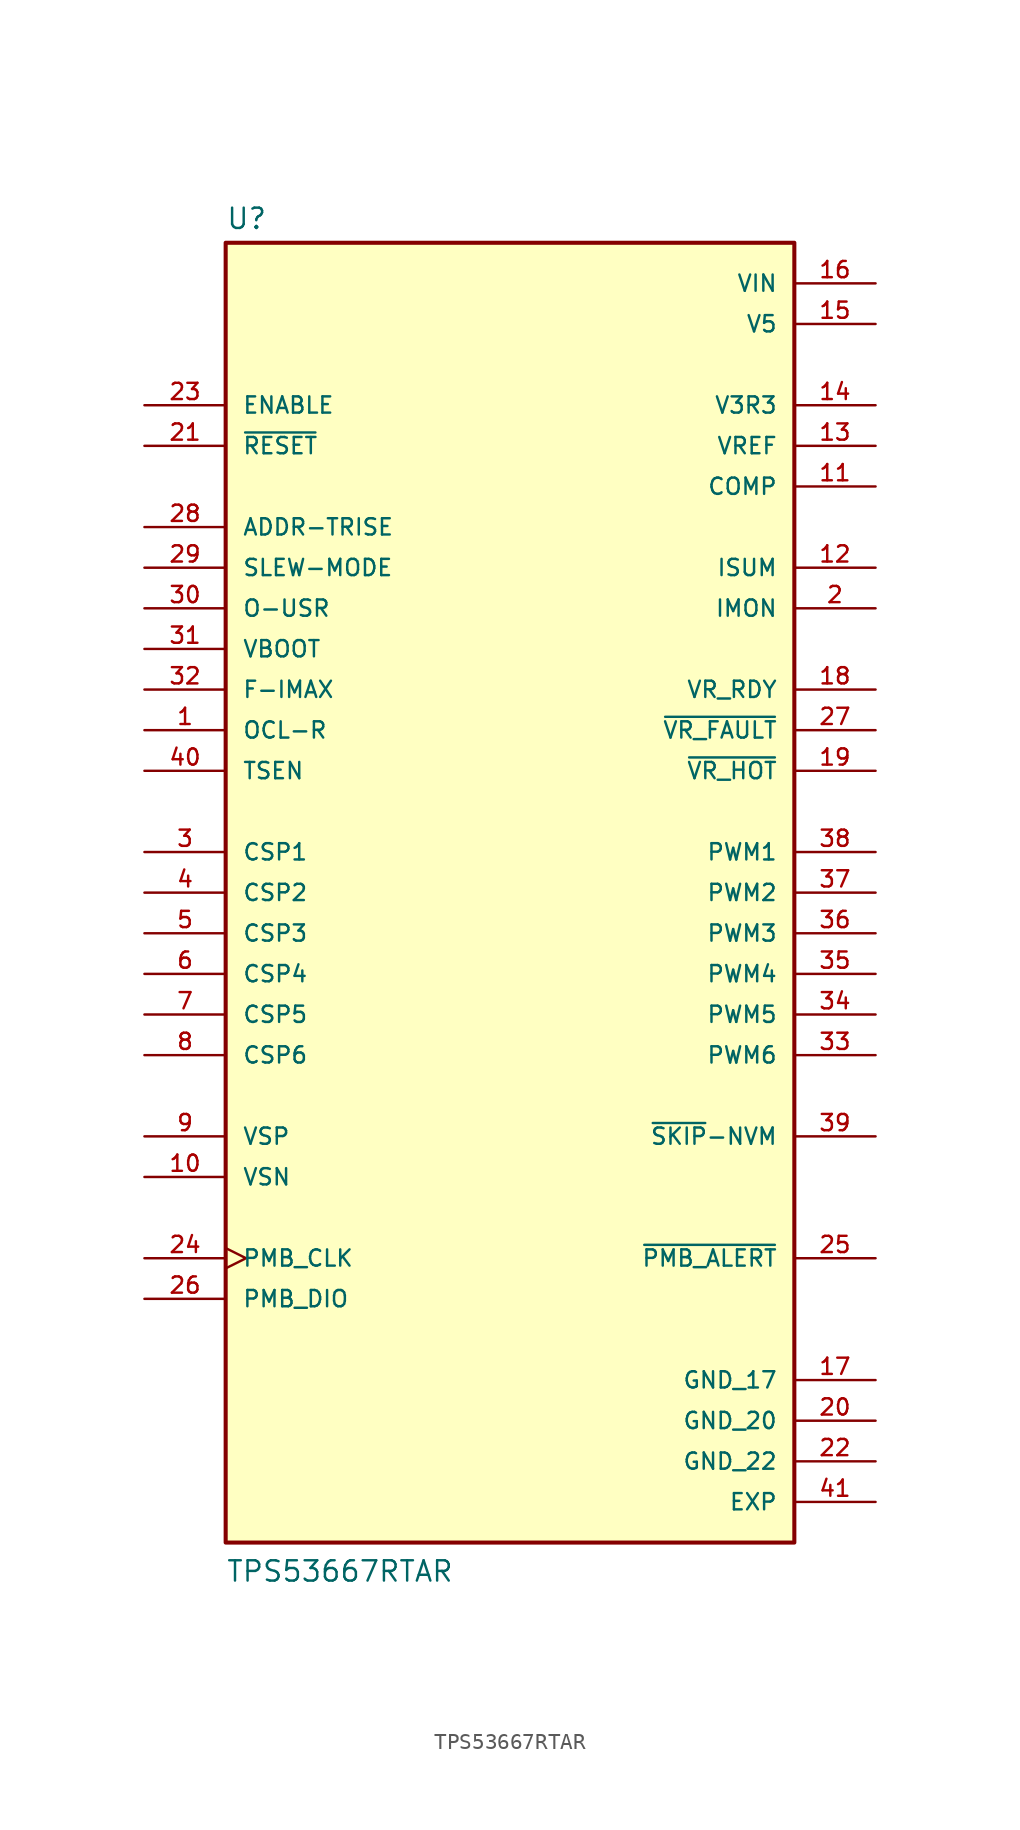
<source format=kicad_sym>
(kicad_symbol_lib
  (version 20211014)
  (generator kicad_symbol_editor)
  (symbol "TPS53667RTAR"
    (pin_names
      (offset 1.016))
    (property "Reference" "U"
      (at -17.78 41.402 0)
      (effects (font (size 1.27 1.27)) (justify bottom left)))
    (property "Value" "TPS53667RTAR"
      (at -17.78 -43.18 0)
      (effects (font (size 1.27 1.27)) (justify bottom left)))
    (symbol "TPS53667RTAR_0_0"
      (rectangle (start -17.78 -40.64) (end 17.78 40.64) (stroke (width 0.254)) (fill (type background)))
      (pin input line (at -22.86 22.86 0) (length 5.08) (name "ADDR-TRISE" (effects (font (size 1.016 1.016)))) (number "28" (effects (font (size 1.016 1.016)))))
      (pin output line (at 22.86 25.4 180.0) (length 5.08) (name "COMP" (effects (font (size 1.016 1.016)))) (number "11" (effects (font (size 1.016 1.016)))))
      (pin input line (at -22.86 2.54 0) (length 5.08) (name "CSP1" (effects (font (size 1.016 1.016)))) (number "3" (effects (font (size 1.016 1.016)))))
      (pin input line (at -22.86 30.48 0) (length 5.08) (name "ENABLE" (effects (font (size 1.016 1.016)))) (number "23" (effects (font (size 1.016 1.016)))))
      (pin input line (at -22.86 12.7 0) (length 5.08) (name "F-IMAX" (effects (font (size 1.016 1.016)))) (number "32" (effects (font (size 1.016 1.016)))))
      (pin power_in line (at 22.86 -30.48 180.0) (length 5.08) (name "GND_17" (effects (font (size 1.016 1.016)))) (number "17" (effects (font (size 1.016 1.016)))))
      (pin output line (at 22.86 17.78 180.0) (length 5.08) (name "IMON" (effects (font (size 1.016 1.016)))) (number "2" (effects (font (size 1.016 1.016)))))
      (pin output line (at 22.86 20.32 180.0) (length 5.08) (name "ISUM" (effects (font (size 1.016 1.016)))) (number "12" (effects (font (size 1.016 1.016)))))
      (pin input line (at -22.86 10.16 0) (length 5.08) (name "OCL-R" (effects (font (size 1.016 1.016)))) (number "1" (effects (font (size 1.016 1.016)))))
      (pin input line (at -22.86 17.78 0) (length 5.08) (name "O-USR" (effects (font (size 1.016 1.016)))) (number "30" (effects (font (size 1.016 1.016)))))
      (pin input clock (at -22.86 -22.86 0) (length 5.08) (name "PMB_CLK" (effects (font (size 1.016 1.016)))) (number "24" (effects (font (size 1.016 1.016)))))
      (pin output line (at 22.86 -22.86 180.0) (length 5.08) (name "~{PMB_ALERT}" (effects (font (size 1.016 1.016)))) (number "25" (effects (font (size 1.016 1.016)))))
      (pin bidirectional line (at -22.86 -25.4 0) (length 5.08) (name "PMB_DIO" (effects (font (size 1.016 1.016)))) (number "26" (effects (font (size 1.016 1.016)))))
      (pin output line (at 22.86 2.54 180.0) (length 5.08) (name "PWM1" (effects (font (size 1.016 1.016)))) (number "38" (effects (font (size 1.016 1.016)))))
      (pin input line (at -22.86 27.94 0) (length 5.08) (name "~{RESET}" (effects (font (size 1.016 1.016)))) (number "21" (effects (font (size 1.016 1.016)))))
      (pin input line (at -22.86 20.32 0) (length 5.08) (name "SLEW-MODE" (effects (font (size 1.016 1.016)))) (number "29" (effects (font (size 1.016 1.016)))))
      (pin output line (at 22.86 -15.24 180.0) (length 5.08) (name "~{SKIP}-NVM" (effects (font (size 1.016 1.016)))) (number "39" (effects (font (size 1.016 1.016)))))
      (pin input line (at -22.86 7.62 0) (length 5.08) (name "TSEN" (effects (font (size 1.016 1.016)))) (number "40" (effects (font (size 1.016 1.016)))))
      (pin input line (at -22.86 0.0 0) (length 5.08) (name "CSP2" (effects (font (size 1.016 1.016)))) (number "4" (effects (font (size 1.016 1.016)))))
      (pin input line (at -22.86 -2.54 0) (length 5.08) (name "CSP3" (effects (font (size 1.016 1.016)))) (number "5" (effects (font (size 1.016 1.016)))))
      (pin input line (at -22.86 -5.08 0) (length 5.08) (name "CSP4" (effects (font (size 1.016 1.016)))) (number "6" (effects (font (size 1.016 1.016)))))
      (pin input line (at -22.86 -7.62 0) (length 5.08) (name "CSP5" (effects (font (size 1.016 1.016)))) (number "7" (effects (font (size 1.016 1.016)))))
      (pin input line (at -22.86 -10.16 0) (length 5.08) (name "CSP6" (effects (font (size 1.016 1.016)))) (number "8" (effects (font (size 1.016 1.016)))))
      (pin power_in line (at 22.86 -33.02 180.0) (length 5.08) (name "GND_20" (effects (font (size 1.016 1.016)))) (number "20" (effects (font (size 1.016 1.016)))))
      (pin power_in line (at 22.86 -35.56 180.0) (length 5.08) (name "GND_22" (effects (font (size 1.016 1.016)))) (number "22" (effects (font (size 1.016 1.016)))))
      (pin output line (at 22.86 30.48 180.0) (length 5.08) (name "V3R3" (effects (font (size 1.016 1.016)))) (number "14" (effects (font (size 1.016 1.016)))))
      (pin power_in line (at 22.86 35.56 180.0) (length 5.08) (name "V5" (effects (font (size 1.016 1.016)))) (number "15" (effects (font (size 1.016 1.016)))))
      (pin input line (at -22.86 15.24 0) (length 5.08) (name "VBOOT" (effects (font (size 1.016 1.016)))) (number "31" (effects (font (size 1.016 1.016)))))
      (pin power_in line (at 22.86 38.1 180.0) (length 5.08) (name "VIN" (effects (font (size 1.016 1.016)))) (number "16" (effects (font (size 1.016 1.016)))))
      (pin output line (at 22.86 12.7 180.0) (length 5.08) (name "VR_RDY" (effects (font (size 1.016 1.016)))) (number "18" (effects (font (size 1.016 1.016)))))
      (pin output line (at 22.86 10.16 180.0) (length 5.08) (name "~{VR_FAULT}" (effects (font (size 1.016 1.016)))) (number "27" (effects (font (size 1.016 1.016)))))
      (pin output line (at 22.86 7.62 180.0) (length 5.08) (name "~{VR_HOT}" (effects (font (size 1.016 1.016)))) (number "19" (effects (font (size 1.016 1.016)))))
      (pin input line (at -22.86 -17.78 0) (length 5.08) (name "VSN" (effects (font (size 1.016 1.016)))) (number "10" (effects (font (size 1.016 1.016)))))
      (pin output line (at 22.86 27.94 180.0) (length 5.08) (name "VREF" (effects (font (size 1.016 1.016)))) (number "13" (effects (font (size 1.016 1.016)))))
      (pin input line (at -22.86 -15.24 0) (length 5.08) (name "VSP" (effects (font (size 1.016 1.016)))) (number "9" (effects (font (size 1.016 1.016)))))
      (pin output line (at 22.86 0.0 180.0) (length 5.08) (name "PWM2" (effects (font (size 1.016 1.016)))) (number "37" (effects (font (size 1.016 1.016)))))
      (pin output line (at 22.86 -2.54 180.0) (length 5.08) (name "PWM3" (effects (font (size 1.016 1.016)))) (number "36" (effects (font (size 1.016 1.016)))))
      (pin output line (at 22.86 -5.08 180.0) (length 5.08) (name "PWM4" (effects (font (size 1.016 1.016)))) (number "35" (effects (font (size 1.016 1.016)))))
      (pin output line (at 22.86 -7.62 180.0) (length 5.08) (name "PWM5" (effects (font (size 1.016 1.016)))) (number "34" (effects (font (size 1.016 1.016)))))
      (pin output line (at 22.86 -10.16 180.0) (length 5.08) (name "PWM6" (effects (font (size 1.016 1.016)))) (number "33" (effects (font (size 1.016 1.016)))))
      (pin power_in line (at 22.86 -38.1 180.0) (length 5.08) (name "EXP" (effects (font (size 1.016 1.016)))) (number "41" (effects (font (size 1.016 1.016))))))))
</source>
